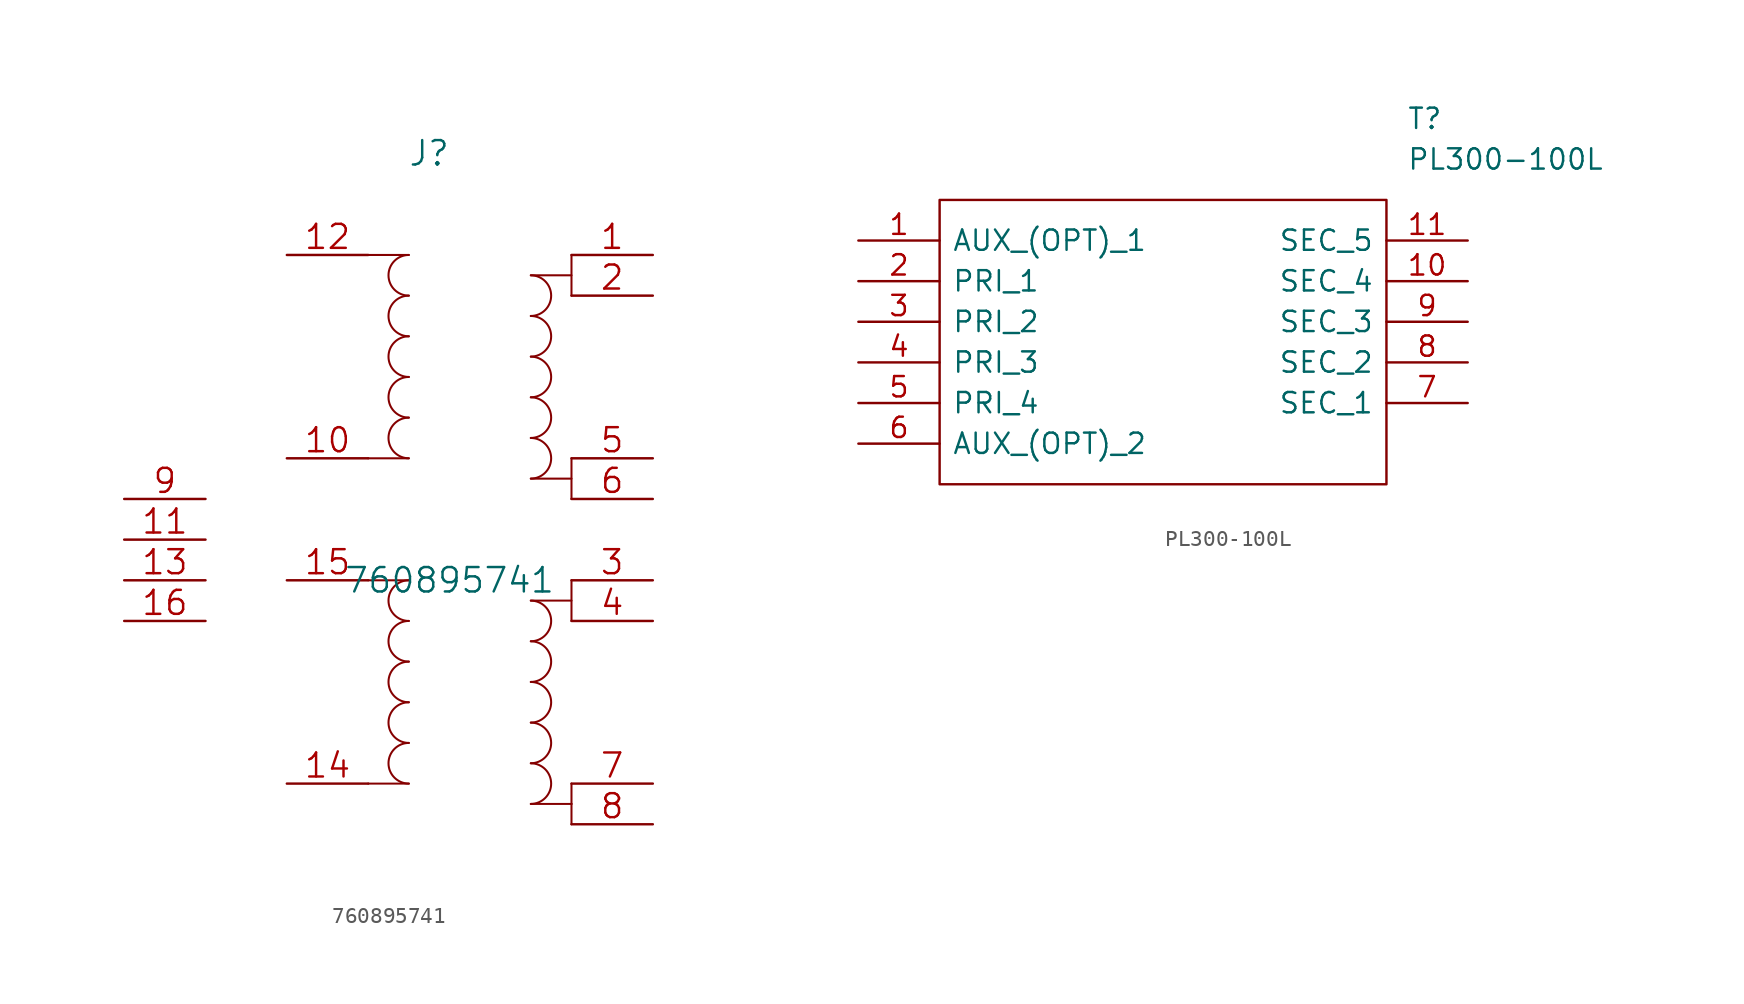
<source format=kicad_sym>
(kicad_symbol_lib
  (version 20211014)
  (generator kicad_symbol_editor)
  (symbol "760895741"
    (pin_names
      (offset -0.254) hide)
    (property "Reference" "J"
      (at 8.89 6.35 0)
      (effects (font (size 1.524 1.524))))
    (property "Value" "760895741"
      (at 10.16 -20.32 0)
      (effects (font (size 1.524 1.524))))
    (property "Datasheet" ""
      (at 0 0 0)
      (effects (font (size 1.524 1.524))))
    (symbol "760895741_1_1"
      (polyline (pts (xy 5.08 -33.02) (xy 7.62 -33.02)) (stroke (width 0.127) (type default) (color 0 0 0 0)) (fill (type none)))
      (polyline (pts (xy 5.08 -20.32) (xy 7.62 -20.32)) (stroke (width 0.127) (type default) (color 0 0 0 0)) (fill (type none)))
      (polyline (pts (xy 5.08 -12.7) (xy 7.62 -12.7)) (stroke (width 0.127) (type default) (color 0 0 0 0)) (fill (type none)))
      (polyline (pts (xy 5.08 0) (xy 7.62 0)) (stroke (width 0.127) (type default) (color 0 0 0 0)) (fill (type none)))
      (polyline (pts (xy 15.24 -21.59) (xy 17.78 -21.59)) (stroke (width 0.127) (type default) (color 0 0 0 0)) (fill (type none)))
      (polyline (pts (xy 17.78 -34.29) (xy 15.24 -34.29)) (stroke (width 0.127) (type default) (color 0 0 0 0)) (fill (type none)))
      (polyline (pts (xy 17.78 -34.29) (xy 17.78 -35.56)) (stroke (width 0.127) (type default) (color 0 0 0 0)) (fill (type none)))
      (polyline (pts (xy 17.78 -34.29) (xy 17.78 -33.02)) (stroke (width 0.127) (type default) (color 0 0 0 0)) (fill (type none)))
      (polyline (pts (xy 17.78 -20.32) (xy 17.78 -22.86)) (stroke (width 0.127) (type default) (color 0 0 0 0)) (fill (type none)))
      (polyline (pts (xy 17.78 -15.24) (xy 17.78 -12.7)) (stroke (width 0.127) (type default) (color 0 0 0 0)) (fill (type none)))
      (polyline (pts (xy 17.78 -13.97) (xy 15.24 -13.97)) (stroke (width 0.127) (type default) (color 0 0 0 0)) (fill (type none)))
      (polyline (pts (xy 17.78 -2.54) (xy 17.78 0)) (stroke (width 0.127) (type default) (color 0 0 0 0)) (fill (type none)))
      (polyline (pts (xy 17.78 -1.27) (xy 15.24 -1.27)) (stroke (width 0.127) (type default) (color 0 0 0 0)) (fill (type none)))
      (arc (start 7.62 -30.48) (mid 6.35 -31.75) (end 7.62 -33.02) (stroke (width 0.127) (type default) (color 0 0 0 0)) (fill (type none)))
      (arc (start 7.62 -27.94) (mid 6.35 -29.21) (end 7.62 -30.48) (stroke (width 0.127) (type default) (color 0 0 0 0)) (fill (type none)))
      (arc (start 7.62 -25.4) (mid 6.35 -26.67) (end 7.62 -27.94) (stroke (width 0.127) (type default) (color 0 0 0 0)) (fill (type none)))
      (arc (start 7.62 -22.86) (mid 6.35 -24.13) (end 7.62 -25.4) (stroke (width 0.127) (type default) (color 0 0 0 0)) (fill (type none)))
      (arc (start 7.62 -20.32) (mid 6.35 -21.59) (end 7.62 -22.86) (stroke (width 0.127) (type default) (color 0 0 0 0)) (fill (type none)))
      (arc (start 7.62 -10.16) (mid 6.35 -11.43) (end 7.62 -12.7) (stroke (width 0.127) (type default) (color 0 0 0 0)) (fill (type none)))
      (arc (start 7.62 -7.62) (mid 6.35 -8.89) (end 7.62 -10.16) (stroke (width 0.127) (type default) (color 0 0 0 0)) (fill (type none)))
      (arc (start 7.62 -5.08) (mid 6.35 -6.35) (end 7.62 -7.62) (stroke (width 0.127) (type default) (color 0 0 0 0)) (fill (type none)))
      (arc (start 7.62 -2.54) (mid 6.35 -3.81) (end 7.62 -5.08) (stroke (width 0.127) (type default) (color 0 0 0 0)) (fill (type none)))
      (arc (start 7.62 0) (mid 6.35 -1.27) (end 7.62 -2.54) (stroke (width 0.127) (type default) (color 0 0 0 0)) (fill (type none)))
      (arc (start 15.24 -34.29) (mid 16.51 -33.02) (end 15.24 -31.75) (stroke (width 0.127) (type default) (color 0 0 0 0)) (fill (type none)))
      (arc (start 15.24 -31.75) (mid 16.51 -30.48) (end 15.24 -29.21) (stroke (width 0.127) (type default) (color 0 0 0 0)) (fill (type none)))
      (arc (start 15.24 -29.21) (mid 16.51 -27.94) (end 15.24 -26.67) (stroke (width 0.127) (type default) (color 0 0 0 0)) (fill (type none)))
      (arc (start 15.24 -26.67) (mid 16.51 -25.4) (end 15.24 -24.13) (stroke (width 0.127) (type default) (color 0 0 0 0)) (fill (type none)))
      (arc (start 15.24 -24.13) (mid 16.51 -22.86) (end 15.24 -21.59) (stroke (width 0.127) (type default) (color 0 0 0 0)) (fill (type none)))
      (arc (start 15.24 -13.97) (mid 16.51 -12.7) (end 15.24 -11.43) (stroke (width 0.127) (type default) (color 0 0 0 0)) (fill (type none)))
      (arc (start 15.24 -11.43) (mid 16.51 -10.16) (end 15.24 -8.89) (stroke (width 0.127) (type default) (color 0 0 0 0)) (fill (type none)))
      (arc (start 15.24 -8.89) (mid 16.51 -7.62) (end 15.24 -6.35) (stroke (width 0.127) (type default) (color 0 0 0 0)) (fill (type none)))
      (arc (start 15.24 -6.35) (mid 16.51 -5.08) (end 15.24 -3.81) (stroke (width 0.127) (type default) (color 0 0 0 0)) (fill (type none)))
      (arc (start 15.24 -3.81) (mid 16.51 -2.54) (end 15.24 -1.27) (stroke (width 0.127) (type default) (color 0 0 0 0)) (fill (type none)))
      (pin unspecified line (at 22.86 0 180) (length 5.08) (name "1" (effects (font (size 1.499 1.499)))) (number "1" (effects (font (size 1.499 1.499)))))
      (pin unspecified line (at 0 -12.7 0) (length 5.08) (name "10" (effects (font (size 1.499 1.499)))) (number "10" (effects (font (size 1.499 1.499)))))
      (pin unspecified line (at -10.16 -17.78 0) (length 5.08) (name "11" (effects (font (size 1.499 1.499)))) (number "11" (effects (font (size 1.499 1.499)))))
      (pin unspecified line (at 0 0 0) (length 5.08) (name "12" (effects (font (size 1.499 1.499)))) (number "12" (effects (font (size 1.499 1.499)))))
      (pin unspecified line (at -10.16 -20.32 0) (length 5.08) (name "13" (effects (font (size 1.499 1.499)))) (number "13" (effects (font (size 1.499 1.499)))))
      (pin unspecified line (at 0 -33.02 0) (length 5.08) (name "14" (effects (font (size 1.499 1.499)))) (number "14" (effects (font (size 1.499 1.499)))))
      (pin unspecified line (at 0 -20.32 0) (length 5.08) (name "15" (effects (font (size 1.499 1.499)))) (number "15" (effects (font (size 1.499 1.499)))))
      (pin unspecified line (at -10.16 -22.86 0) (length 5.08) (name "16" (effects (font (size 1.499 1.499)))) (number "16" (effects (font (size 1.499 1.499)))))
      (pin unspecified line (at 22.86 -2.54 180) (length 5.08) (name "2" (effects (font (size 1.499 1.499)))) (number "2" (effects (font (size 1.499 1.499)))))
      (pin unspecified line (at 22.86 -20.32 180) (length 5.08) (name "3" (effects (font (size 1.499 1.499)))) (number "3" (effects (font (size 1.499 1.499)))))
      (pin unspecified line (at 22.86 -22.86 180) (length 5.08) (name "4" (effects (font (size 1.499 1.499)))) (number "4" (effects (font (size 1.499 1.499)))))
      (pin unspecified line (at 22.86 -12.7 180) (length 5.08) (name "5" (effects (font (size 1.499 1.499)))) (number "5" (effects (font (size 1.499 1.499)))))
      (pin unspecified line (at 22.86 -15.24 180) (length 5.08) (name "6" (effects (font (size 1.499 1.499)))) (number "6" (effects (font (size 1.499 1.499)))))
      (pin unspecified line (at 22.86 -33.02 180) (length 5.08) (name "7" (effects (font (size 1.499 1.499)))) (number "7" (effects (font (size 1.499 1.499)))))
      (pin unspecified line (at 22.86 -35.56 180) (length 5.08) (name "8" (effects (font (size 1.499 1.499)))) (number "8" (effects (font (size 1.499 1.499)))))
      (pin unspecified line (at -10.16 -15.24 0) (length 5.08) (name "9" (effects (font (size 1.499 1.499)))) (number "9" (effects (font (size 1.499 1.499)))))))
  (symbol "PL300-100L"
    (pin_names
      (offset 0.762))
    (property "Reference" "T"
      (at 34.29 7.62 0)
      (effects (font (size 1.27 1.27)) (justify left)))
    (property "Value" "PL300-100L"
      (at 34.29 5.08 0)
      (effects (font (size 1.27 1.27)) (justify left)))
    (symbol "PL300-100L_0_0"
      (pin passive line (at 0 0 0) (length 5.08) (name "AUX_(OPT)_1" (effects (font (size 1.27 1.27)))) (number "1" (effects (font (size 1.27 1.27)))))
      (pin passive line (at 38.1 -2.54 180) (length 5.08) (name "SEC_4" (effects (font (size 1.27 1.27)))) (number "10" (effects (font (size 1.27 1.27)))))
      (pin passive line (at 38.1 0 180) (length 5.08) (name "SEC_5" (effects (font (size 1.27 1.27)))) (number "11" (effects (font (size 1.27 1.27)))))
      (pin passive line (at 0 -2.54 0) (length 5.08) (name "PRI_1" (effects (font (size 1.27 1.27)))) (number "2" (effects (font (size 1.27 1.27)))))
      (pin passive line (at 0 -5.08 0) (length 5.08) (name "PRI_2" (effects (font (size 1.27 1.27)))) (number "3" (effects (font (size 1.27 1.27)))))
      (pin passive line (at 0 -7.62 0) (length 5.08) (name "PRI_3" (effects (font (size 1.27 1.27)))) (number "4" (effects (font (size 1.27 1.27)))))
      (pin passive line (at 0 -10.16 0) (length 5.08) (name "PRI_4" (effects (font (size 1.27 1.27)))) (number "5" (effects (font (size 1.27 1.27)))))
      (pin passive line (at 0 -12.7 0) (length 5.08) (name "AUX_(OPT)_2" (effects (font (size 1.27 1.27)))) (number "6" (effects (font (size 1.27 1.27)))))
      (pin passive line (at 38.1 -10.16 180) (length 5.08) (name "SEC_1" (effects (font (size 1.27 1.27)))) (number "7" (effects (font (size 1.27 1.27)))))
      (pin passive line (at 38.1 -7.62 180) (length 5.08) (name "SEC_2" (effects (font (size 1.27 1.27)))) (number "8" (effects (font (size 1.27 1.27)))))
      (pin passive line (at 38.1 -5.08 180) (length 5.08) (name "SEC_3" (effects (font (size 1.27 1.27)))) (number "9" (effects (font (size 1.27 1.27))))))
    (symbol "PL300-100L_0_1"
      (polyline (pts (xy 5.08 2.54) (xy 33.02 2.54) (xy 33.02 -15.24) (xy 5.08 -15.24) (xy 5.08 2.54)) (stroke (width 0.152) (type default) (color 0 0 0 0)) (fill (type none))))))
</source>
